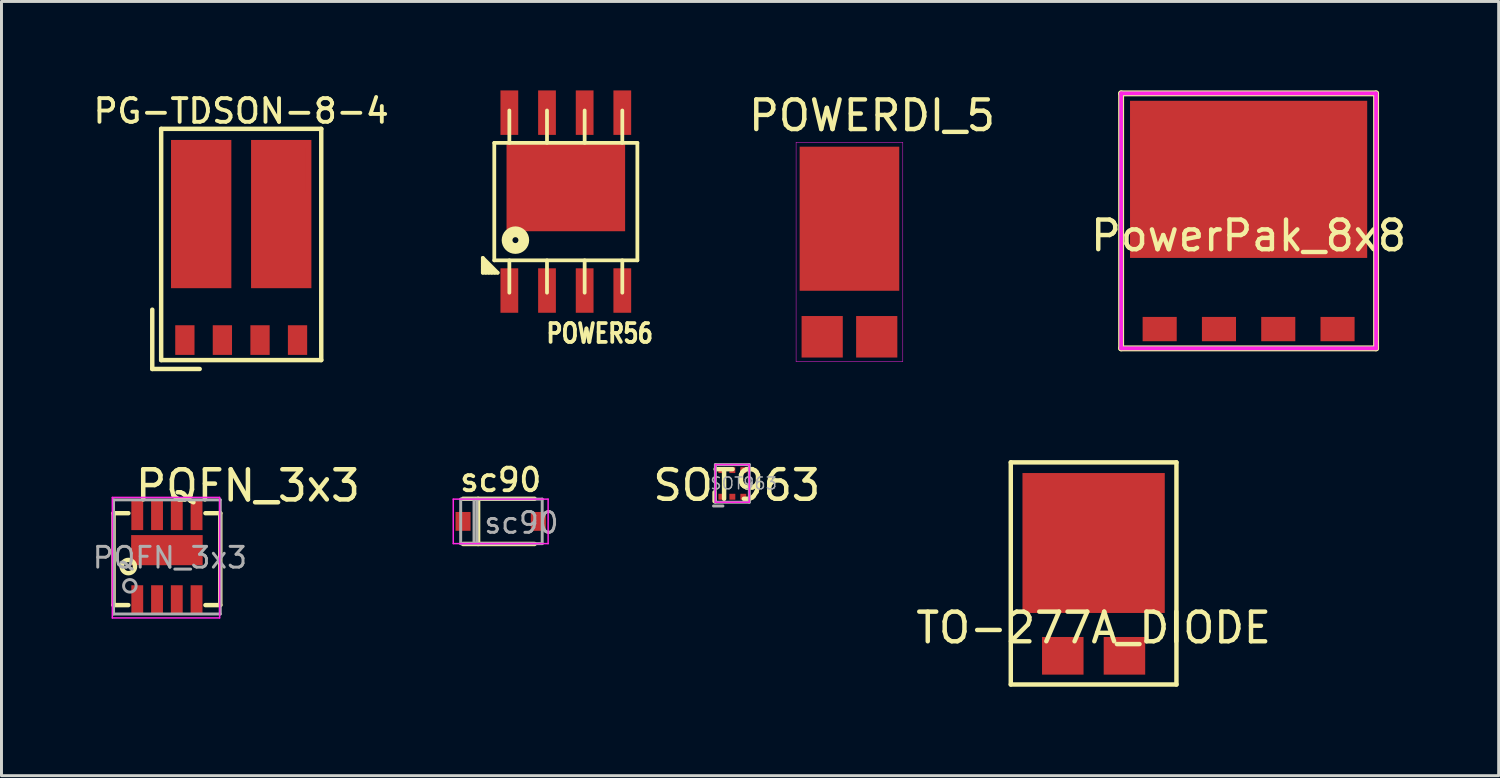
<source format=kicad_pcb>
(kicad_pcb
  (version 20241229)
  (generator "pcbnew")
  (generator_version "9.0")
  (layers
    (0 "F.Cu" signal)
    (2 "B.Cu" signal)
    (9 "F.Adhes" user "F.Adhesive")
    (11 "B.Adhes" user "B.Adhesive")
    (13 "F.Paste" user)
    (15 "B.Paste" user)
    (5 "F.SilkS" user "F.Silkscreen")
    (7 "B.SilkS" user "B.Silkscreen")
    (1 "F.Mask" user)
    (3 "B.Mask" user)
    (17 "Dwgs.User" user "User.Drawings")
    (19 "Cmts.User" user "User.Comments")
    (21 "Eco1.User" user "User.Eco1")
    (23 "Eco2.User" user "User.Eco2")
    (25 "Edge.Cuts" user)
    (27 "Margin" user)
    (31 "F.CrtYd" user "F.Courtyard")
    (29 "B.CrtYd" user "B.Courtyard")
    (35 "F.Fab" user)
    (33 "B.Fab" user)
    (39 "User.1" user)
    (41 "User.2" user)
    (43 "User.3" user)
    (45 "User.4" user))
  (footprint "POWER56"
    (layer "F.Cu")
    (at 16.036 3.75)
    (property "Reference" "POWER56" (at 1.143 4.445 0) (layer "F.SilkS") (effects (font (size 0.635 0.508) (thickness 0.127))))
    (attr through_hole)
    (fp_line (start -2.8 1.9) (end -2.3 2.4) (stroke (width 0.127) (type solid)) (layer "F.SilkS"))
    (fp_line (start -2.8 2.4) (end -2.8 1.9) (stroke (width 0.127) (type solid)) (layer "F.SilkS"))
    (fp_line (start -2.7 2.4) (end -2.8 2.3) (stroke (width 0.127) (type solid)) (layer "F.SilkS"))
    (fp_line (start -2.6 2.4) (end -2.8 2.2) (stroke (width 0.127) (type solid)) (layer "F.SilkS"))
    (fp_line (start -2.5 2.4) (end -2.8 2.1) (stroke (width 0.127) (type solid)) (layer "F.SilkS"))
    (fp_line (start -2.413 -1.981) (end -2.413 1.981) (stroke (width 0.127) (type solid)) (layer "F.SilkS"))
    (fp_line (start -2.413 1.981) (end 2.413 1.981) (stroke (width 0.127) (type solid)) (layer "F.SilkS"))
    (fp_line (start -2.4 2.4) (end -2.8 2) (stroke (width 0.127) (type solid)) (layer "F.SilkS"))
    (fp_line (start -2.3 2.4) (end -2.8 2.4) (stroke (width 0.127) (type solid)) (layer "F.SilkS"))
    (fp_line (start -1.905 -1.981) (end -1.905 -3.073) (stroke (width 0.127) (type solid)) (layer "F.SilkS"))
    (fp_line (start -1.905 3.073) (end -1.905 1.981) (stroke (width 0.127) (type solid)) (layer "F.SilkS"))
    (fp_line (start -0.635 -1.981) (end -0.635 -3.073) (stroke (width 0.127) (type solid)) (layer "F.SilkS"))
    (fp_line (start -0.635 3.073) (end -0.635 1.981) (stroke (width 0.127) (type solid)) (layer "F.SilkS"))
    (fp_line (start 0.635 -1.981) (end 0.635 -3.073) (stroke (width 0.127) (type solid)) (layer "F.SilkS"))
    (fp_line (start 0.635 3.073) (end 0.635 1.981) (stroke (width 0.127) (type solid)) (layer "F.SilkS"))
    (fp_line (start 1.905 -3.073) (end 1.905 -1.981) (stroke (width 0.127) (type solid)) (layer "F.SilkS"))
    (fp_line (start 1.905 1.981) (end 1.905 3.073) (stroke (width 0.127) (type solid)) (layer "F.SilkS"))
    (fp_line (start 2.413 -1.981) (end -2.413 -1.981) (stroke (width 0.127) (type solid)) (layer "F.SilkS"))
    (fp_line (start 2.413 1.981) (end 2.413 -1.981) (stroke (width 0.127) (type solid)) (layer "F.SilkS"))
    (fp_circle (center -1.7 1.3) (end -2.1 1.3) (stroke (width 0.127) (type solid)) (fill no) (layer "F.SilkS"))
    (fp_circle (center -1.7 1.3) (end -2 1.3) (stroke (width 0.127) (type solid)) (fill no) (layer "F.SilkS"))
    (fp_circle (center -1.7 1.3) (end -1.9 1.3) (stroke (width 0.127) (type solid)) (fill no) (layer "F.SilkS"))
    (fp_circle (center -1.7 1.3) (end -1.8 1.3) (stroke (width 0.3) (type solid)) (fill no) (layer "F.SilkS"))
    (pad "1" smd rect (at -1.905 3) (size 0.599 1.5) (layers "F.Cu" "F.Mask" "F.Paste"))
    (pad "2" smd rect (at -0.635 3) (size 0.599 1.5) (layers "F.Cu" "F.Mask" "F.Paste"))
    (pad "3" smd rect (at 0.635 3) (size 0.599 1.5) (layers "F.Cu" "F.Mask" "F.Paste"))
    (pad "4" smd rect (at 1.905 3) (size 0.599 1.5) (layers "F.Cu" "F.Mask" "F.Paste"))
    (pad "5" smd rect (at 1.905 -3) (size 0.599 1.5) (layers "F.Cu" "F.Mask" "F.Paste"))
    (pad "6" smd rect (at 0.635 -3) (size 0.599 1.5) (layers "F.Cu" "F.Mask" "F.Paste"))
    (pad "7" smd rect (at -0.635 -3) (size 0.599 1.5) (layers "F.Cu" "F.Mask" "F.Paste"))
    (pad "8" smd rect (at -1.905 -3) (size 0.599 1.5) (layers "F.Cu" "F.Mask" "F.Paste"))
    (pad "8" smd rect (at 0 -0.5) (size 4 3) (layers "F.Cu" "F.Mask" "F.Paste")))
  (footprint "SOT963"
    (layer "F.Cu")
    (at 21.653 13.256)
    (property "Reference" "SOT963" (at 0.15 0.064 180) (layer "F.SilkS") (effects (font (size 1 1) (thickness 0.15))))
    (attr smd)
    (fp_line (start -0.6 0.6) (end -0.6 0.3) (stroke (width 0.15) (type solid)) (layer "F.SilkS"))
    (fp_line (start -0.572 -0.635) (end 0.572 -0.635) (stroke (width 0.05) (type solid)) (layer "F.CrtYd"))
    (fp_line (start -0.572 0.635) (end -0.572 -0.635) (stroke (width 0.05) (type solid)) (layer "F.CrtYd"))
    (fp_line (start 0.572 -0.635) (end 0.572 0.635) (stroke (width 0.05) (type solid)) (layer "F.CrtYd"))
    (fp_line (start 0.572 0.635) (end -0.572 0.635) (stroke (width 0.05) (type solid)) (layer "F.CrtYd"))
    (fp_line (start -0.635 0.762) (end -0.318 0.762) (stroke (width 0.1) (type solid)) (layer "F.Fab"))
    (fp_line (start -0.572 -0.635) (end 0.572 -0.635) (stroke (width 0.1) (type solid)) (layer "F.Fab"))
    (fp_line (start -0.572 0.635) (end -0.572 -0.635) (stroke (width 0.1) (type solid)) (layer "F.Fab"))
    (fp_line (start 0.572 -0.635) (end 0.572 0.635) (stroke (width 0.1) (type solid)) (layer "F.Fab"))
    (fp_line (start 0.572 0.635) (end -0.572 0.635) (stroke (width 0.1) (type solid)) (layer "F.Fab"))
    (fp_text user "${REFERENCE}" (at 0.381 0 0) (layer "F.Fab") (effects (font (size 0.4 0.4) (thickness 0.05))))
    (pad "1" smd rect (at -0.37 0.45) (size 0.2 0.2) (layers "F.Cu" "F.Mask" "F.Paste"))
    (pad "2" smd rect (at 0 0.45) (size 0.2 0.2) (layers "F.Cu" "F.Mask" "F.Paste"))
    (pad "3" smd rect (at 0.37 0.45) (size 0.2 0.2) (layers "F.Cu" "F.Mask" "F.Paste"))
    (pad "4" smd rect (at 0.37 -0.45) (size 0.2 0.2) (layers "F.Cu" "F.Mask" "F.Paste"))
    (pad "5" smd rect (at 0 -0.45) (size 0.2 0.2) (layers "F.Cu" "F.Mask" "F.Paste"))
    (pad "6" smd rect (at -0.37 -0.45) (size 0.2 0.2) (layers "F.Cu" "F.Mask" "F.Paste")))
  (footprint "TO-277A_DIODE"
    (layer "F.Cu")
    (at 33.839 17.626)
    (property "Reference" "TO-277A_DIODE" (at 0 0.5 0) (layer "F.SilkS") (effects (font (size 1 1) (thickness 0.15))))
    (attr through_hole)
    (fp_line (start -2.794 -5.08) (end -2.794 2.413) (stroke (width 0.15) (type solid)) (layer "F.SilkS"))
    (fp_line (start -2.794 2.413) (end 2.794 2.413) (stroke (width 0.15) (type solid)) (layer "F.SilkS"))
    (fp_line (start 2.794 -5.08) (end -2.794 -5.08) (stroke (width 0.15) (type solid)) (layer "F.SilkS"))
    (fp_line (start 2.794 2.413) (end 2.794 -5.08) (stroke (width 0.15) (type solid)) (layer "F.SilkS"))
    (pad "1" smd rect (at -1.04 1.445) (size 1.4 1.27) (layers "F.Cu" "F.Mask" "F.Paste"))
    (pad "1" smd rect (at 1.04 1.445) (size 1.4 1.27) (layers "F.Cu" "F.Mask" "F.Paste"))
    (pad "2" smd rect (at 0 -2.36) (size 4.8 4.72) (layers "F.Cu" "F.Mask" "F.Paste")))
  (footprint "PG-TDSON-8-4"
    (layer "F.Cu")
    (at 5.086 5.096)
    (property "Reference" "PG-TDSON-8-4" (at 0 -4.4 0) (layer "F.SilkS") (effects (font (size 0.8 0.8) (thickness 0.13))))
    (attr through_hole)
    (fp_line (start -3 2.3) (end -3 4.3) (stroke (width 0.15) (type solid)) (layer "F.SilkS"))
    (fp_line (start -3 4.3) (end -1.4 4.3) (stroke (width 0.15) (type solid)) (layer "F.SilkS"))
    (fp_line (start -2.7 -3.8) (end -2.7 4) (stroke (width 0.15) (type solid)) (layer "F.SilkS"))
    (fp_line (start -2.7 4) (end 2.7 4) (stroke (width 0.15) (type solid)) (layer "F.SilkS"))
    (fp_line (start 2.7 -3.8) (end -2.7 -3.8) (stroke (width 0.15) (type solid)) (layer "F.SilkS"))
    (fp_line (start 2.7 4) (end 2.7 -3.8) (stroke (width 0.15) (type solid)) (layer "F.SilkS"))
    (pad "1" smd rect (at -1.9 3.325) (size 0.65 1) (layers "F.Cu" "F.Mask" "F.Paste"))
    (pad "2" smd rect (at -0.635 3.325) (size 0.65 1) (layers "F.Cu" "F.Mask" "F.Paste"))
    (pad "3" smd rect (at 0.635 3.325) (size 0.65 1) (layers "F.Cu" "F.Mask" "F.Paste"))
    (pad "4" smd rect (at 1.9 3.325) (size 0.65 1) (layers "F.Cu" "F.Mask" "F.Paste"))
    (pad "5" smd rect (at 1.35 -0.925) (size 2.035 5) (layers "F.Cu" "F.Mask" "F.Paste"))
    (pad "6" smd rect (at 1.4 -2.4) (size 1.524 1.524) (layers "F.Cu" "F.Mask" "F.Paste"))
    (pad "7" smd rect (at -1.35 -0.925) (size 2.035 5) (layers "F.Cu" "F.Mask" "F.Paste"))
    (pad "8" smd rect (at -1.3 -2.4) (size 1.524 1.524) (layers "F.Cu")))
  (footprint "PQFN_3x3"
    (layer "F.Cu")
    (at 2.58 15.761)
    (property "Reference" "PQFN_3x3" (at 2.733 -2.428 0) (layer "F.SilkS") (effects (font (size 1.016 1.016) (thickness 0.152))))
    (attr through_hole)
    (fp_line (start -1.8 -1.5) (end -1.8 1.6) (stroke (width 0.15) (type solid)) (layer "F.SilkS"))
    (fp_line (start -1.8 1.6) (end -1.3 1.6) (stroke (width 0.15) (type solid)) (layer "F.SilkS"))
    (fp_line (start -1.3 -1.5) (end -1.8 -1.5) (stroke (width 0.15) (type solid)) (layer "F.SilkS"))
    (fp_line (start 1.3 1.6) (end 1.8 1.6) (stroke (width 0.15) (type solid)) (layer "F.SilkS"))
    (fp_line (start 1.8 -1.5) (end 1.3 -1.5) (stroke (width 0.15) (type solid)) (layer "F.SilkS"))
    (fp_line (start 1.8 1.6) (end 1.8 -1.5) (stroke (width 0.15) (type solid)) (layer "F.SilkS"))
    (fp_circle (center -1.3 0.3) (end -1.2 0.1) (stroke (width 0.15) (type solid)) (fill no) (layer "F.SilkS"))
    (fp_line (start -1.841 -2.032) (end -1.841 2.032) (stroke (width 0.05) (type solid)) (layer "F.CrtYd"))
    (fp_line (start -1.841 2.032) (end 1.778 2.032) (stroke (width 0.05) (type solid)) (layer "F.CrtYd"))
    (fp_line (start 1.778 -2.032) (end -1.841 -2.032) (stroke (width 0.05) (type solid)) (layer "F.CrtYd"))
    (fp_line (start 1.778 2.032) (end 1.778 -2.032) (stroke (width 0.05) (type solid)) (layer "F.CrtYd"))
    (fp_line (start -1.8 -1.95) (end 1.8 -1.95) (stroke (width 0.1) (type solid)) (layer "F.Fab"))
    (fp_line (start -1.8 1.9) (end -1.8 -1.95) (stroke (width 0.1) (type solid)) (layer "F.Fab"))
    (fp_line (start 1.8 -1.95) (end 1.8 1.9) (stroke (width 0.1) (type solid)) (layer "F.Fab"))
    (fp_line (start 1.8 1.9) (end -1.8 1.9) (stroke (width 0.1) (type solid)) (layer "F.Fab"))
    (fp_circle (center -1.25 0.95) (end -1.1 0.8) (stroke (width 0.1) (type solid)) (fill no) (layer "F.Fab"))
    (fp_text user "${REFERENCE}" (at 0.1 0 0) (layer "F.Fab") (effects (font (size 0.7 0.7) (thickness 0.1))))
    (pad "" smd rect (at -0.6 -0.5) (size 1 1) (layers "F.Paste"))
    (pad "" smd rect (at 0 -0.8) (size 2.25 1.7) (layers "F.Mask"))
    (pad "" smd rect (at 0.6 -0.5) (size 1 1) (layers "F.Paste"))
    (pad "1" smd rect (at -1 1.43) (size 0.4 1) (layers "F.Cu" "F.Mask" "F.Paste"))
    (pad "2" smd rect (at -0.333 1.43) (size 0.4 1) (layers "F.Cu" "F.Mask" "F.Paste"))
    (pad "3" smd rect (at 0.333 1.43) (size 0.4 1) (layers "F.Cu" "F.Mask" "F.Paste"))
    (pad "4" smd rect (at 1 1.43) (size 0.4 1) (layers "F.Cu" "F.Mask" "F.Paste"))
    (pad "5" smd rect (at 1 -1.43) (size 0.4 1) (layers "F.Cu" "F.Mask" "F.Paste"))
    (pad "6" smd rect (at 0.333 -1.43) (size 0.4 1) (layers "F.Cu" "F.Mask" "F.Paste"))
    (pad "7" smd rect (at -0.333 -1.43) (size 0.4 1) (layers "F.Cu" "F.Mask" "F.Paste"))
    (pad "8" smd rect (at -1 -1.43) (size 0.4 1) (layers "F.Cu" "F.Mask" "F.Paste"))
    (pad "8" smd rect (at 0 -0.254) (size 2.413 1.016) (layers "F.Cu" "F.Mask" "F.Paste")))
  (footprint "sc90"
    (layer "F.Cu")
    (at 13.839 14.537)
    (property "Reference" "sc90" (at 0 -1.397 0) (layer "F.SilkS") (effects (font (size 0.762 0.762) (thickness 0.127))))
    (attr through_hole)
    (fp_line (start -1.27 -0.762) (end 1.143 -0.762) (stroke (width 0.15) (type solid)) (layer "F.SilkS"))
    (fp_line (start -0.762 -0.762) (end -0.762 0.762) (stroke (width 0.15) (type solid)) (layer "F.SilkS"))
    (fp_line (start 1.143 0.762) (end -1.27 0.762) (stroke (width 0.15) (type solid)) (layer "F.SilkS"))
    (fp_line (start -1.6 -0.75) (end -1.6 0.75) (stroke (width 0.05) (type solid)) (layer "F.CrtYd"))
    (fp_line (start -1.6 0.75) (end 1.6 0.75) (stroke (width 0.05) (type solid)) (layer "F.CrtYd"))
    (fp_line (start 1.6 -0.75) (end -1.6 -0.75) (stroke (width 0.05) (type solid)) (layer "F.CrtYd"))
    (fp_line (start 1.6 0.75) (end 1.6 -0.75) (stroke (width 0.05) (type solid)) (layer "F.CrtYd"))
    (fp_line (start -1.35 -0.75) (end 1.4 -0.75) (stroke (width 0.1) (type solid)) (layer "F.Fab"))
    (fp_line (start -1.35 0.75) (end -1.35 -0.75) (stroke (width 0.1) (type solid)) (layer "F.Fab"))
    (fp_line (start -0.9 -0.75) (end -0.9 0.75) (stroke (width 0.1) (type solid)) (layer "F.Fab"))
    (fp_line (start -0.8 0.75) (end -0.8 -0.75) (stroke (width 0.1) (type solid)) (layer "F.Fab"))
    (fp_line (start 1.4 -0.75) (end 1.4 0.75) (stroke (width 0.1) (type solid)) (layer "F.Fab"))
    (fp_line (start 1.4 0.75) (end -1.35 0.75) (stroke (width 0.1) (type solid)) (layer "F.Fab"))
    (fp_text user "${REFERENCE}" (at 0.7 0.05 0) (layer "F.Fab") (effects (font (size 0.7 0.7) (thickness 0.1))))
    (pad "1" smd rect (at -1.27 0 180) (size 0.508 0.635) (layers "F.Cu" "F.Mask" "F.Paste"))
    (pad "2" smd rect (at 1.27 0) (size 0.508 0.635) (layers "F.Cu" "F.Mask" "F.Paste")))
  (footprint "PowerPak_8x8"
    (layer "F.Cu")
    (at 39.067 4.4)
    (property "Reference" "PowerPak_8x8" (at 0 0.5 0) (layer "F.SilkS") (effects (font (size 1 1) (thickness 0.15))))
    (attr through_hole)
    (fp_line (start -4.3 -4.3) (end 4.3 -4.3) (stroke (width 0.2) (type solid)) (layer "F.SilkS"))
    (fp_line (start -4.3 4.3) (end -4.3 -4.3) (stroke (width 0.2) (type solid)) (layer "F.SilkS"))
    (fp_line (start 4.3 -4.3) (end 4.3 4.3) (stroke (width 0.2) (type solid)) (layer "F.SilkS"))
    (fp_line (start 4.3 4.3) (end -4.3 4.3) (stroke (width 0.2) (type solid)) (layer "F.SilkS"))
    (fp_line (start -4.3 -4.3) (end 4.3 -4.3) (stroke (width 0.12) (type solid)) (layer "F.CrtYd"))
    (fp_line (start -4.3 4.3) (end -4.3 -4.3) (stroke (width 0.12) (type solid)) (layer "F.CrtYd"))
    (fp_line (start 4.3 -4.3) (end 4.3 4.3) (stroke (width 0.12) (type solid)) (layer "F.CrtYd"))
    (fp_line (start 4.3 4.3) (end -4.3 4.3) (stroke (width 0.12) (type solid)) (layer "F.CrtYd"))
    (fp_line (start -4.3 -4.3) (end 4.3 -4.3) (stroke (width 0.12) (type solid)) (layer "F.Fab"))
    (fp_line (start -4.3 4.3) (end -4.3 -4.3) (stroke (width 0.12) (type solid)) (layer "F.Fab"))
    (fp_line (start 4.3 -4.3) (end 4.3 4.3) (stroke (width 0.12) (type solid)) (layer "F.Fab"))
    (fp_line (start 4.3 4.3) (end -4.3 4.3) (stroke (width 0.12) (type solid)) (layer "F.Fab"))
    (pad "1" smd rect (at -3 3.65) (size 1.15 0.82) (layers "F.Cu" "F.Mask" "F.Paste"))
    (pad "2" smd rect (at -1 3.65) (size 1.15 0.82) (layers "F.Cu" "F.Mask" "F.Paste"))
    (pad "3" smd rect (at 1 3.65) (size 1.15 0.82) (layers "F.Cu" "F.Mask" "F.Paste"))
    (pad "4" smd rect (at 3 3.65) (size 1.15 0.82) (layers "F.Cu" "F.Mask" "F.Paste"))
    (pad "5" smd rect (at 0 -1.4) (size 8 5.3) (layers "F.Cu" "F.Mask" "F.Paste")))
  (footprint "POWERDI_5"
    (layer "F.Cu")
    (at 25.603 5.448)
    (property "Reference" "POWERDI_5" (at 0.762 -4.6 0) (layer "F.SilkS") (effects (font (size 1 1) (thickness 0.15))))
    (attr through_hole)
    (fp_line (start -1.8 -3.7) (end 1.8 -3.7) (stroke (width 0.015) (type solid)) (layer "F.CrtYd"))
    (fp_line (start -1.8 3.7) (end -1.8 -3.7) (stroke (width 0.015) (type solid)) (layer "F.CrtYd"))
    (fp_line (start 1.8 -3.7) (end 1.8 3.7) (stroke (width 0.015) (type solid)) (layer "F.CrtYd"))
    (fp_line (start 1.8 3.7) (end -1.8 3.7) (stroke (width 0.015) (type solid)) (layer "F.CrtYd"))
    (pad "1" smd rect (at -0.92 2.862) (size 1.39 1.4) (layers "F.Cu" "F.Mask" "F.Paste"))
    (pad "2" smd rect (at 0.92 2.862) (size 1.39 1.4) (layers "F.Cu" "F.Mask" "F.Paste"))
    (pad "3" smd rect (at 0 -1.12) (size 3.36 4.86) (layers "F.Cu" "F.Mask" "F.Paste")))
  (gr_rect
    (start -3 -3)
    (end 47.502 23.114)
    (stroke (width 0.1) (type default))
    (fill no)
    (layer "Edge.Cuts")))
</source>
